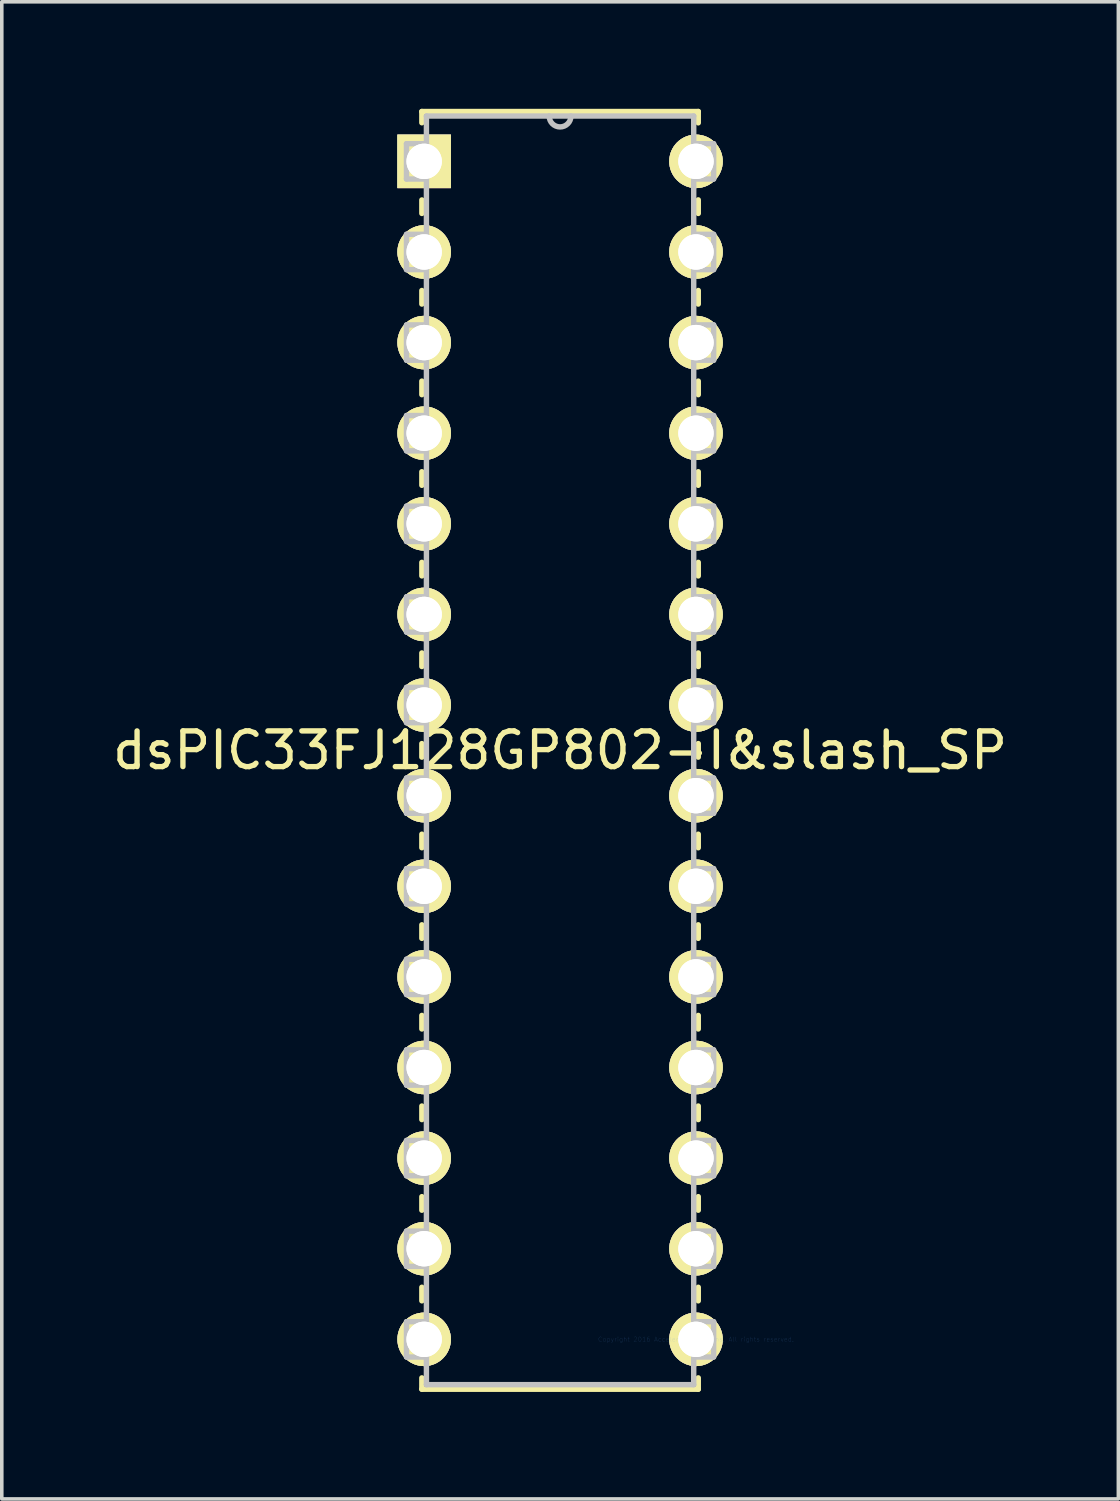
<source format=kicad_pcb>
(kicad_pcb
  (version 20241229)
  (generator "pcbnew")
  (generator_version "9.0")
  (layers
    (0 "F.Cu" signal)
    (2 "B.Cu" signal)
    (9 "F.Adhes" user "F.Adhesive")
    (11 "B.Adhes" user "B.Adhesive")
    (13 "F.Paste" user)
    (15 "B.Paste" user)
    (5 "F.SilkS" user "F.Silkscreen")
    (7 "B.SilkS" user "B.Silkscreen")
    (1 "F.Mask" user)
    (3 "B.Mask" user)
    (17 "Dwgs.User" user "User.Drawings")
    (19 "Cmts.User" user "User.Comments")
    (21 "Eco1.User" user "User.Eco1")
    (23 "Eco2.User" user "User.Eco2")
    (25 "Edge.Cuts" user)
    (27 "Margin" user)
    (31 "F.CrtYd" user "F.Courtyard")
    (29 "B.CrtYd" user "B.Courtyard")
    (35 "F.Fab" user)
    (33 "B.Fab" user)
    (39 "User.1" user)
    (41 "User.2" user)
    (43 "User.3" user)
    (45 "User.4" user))
  (footprint "dsPIC33FJ128GP802-I&slash_SP"
    (layer "F.Cu")
    (at 16.459 34.493)
    (property "Reference" "dsPIC33FJ128GP802-I&slash_SP" (at -3.81 -16.51 0) (layer "F.SilkS") (effects (font (size 1 1) (thickness 0.15))))
    (attr through_hole)
    (fp_line (start -7.684 -34.417) (end -7.684 -34.102) (stroke (width 0.152) (type solid)) (layer "F.SilkS"))
    (fp_line (start -7.684 -31.938) (end -7.684 -31.56) (stroke (width 0.152) (type solid)) (layer "F.SilkS"))
    (fp_line (start -7.684 -29.4) (end -7.684 -29.02) (stroke (width 0.152) (type solid)) (layer "F.SilkS"))
    (fp_line (start -7.684 -26.86) (end -7.684 -26.48) (stroke (width 0.152) (type solid)) (layer "F.SilkS"))
    (fp_line (start -7.684 -24.32) (end -7.684 -23.94) (stroke (width 0.152) (type solid)) (layer "F.SilkS"))
    (fp_line (start -7.684 -21.78) (end -7.684 -21.4) (stroke (width 0.152) (type solid)) (layer "F.SilkS"))
    (fp_line (start -7.684 -19.24) (end -7.684 -18.86) (stroke (width 0.152) (type solid)) (layer "F.SilkS"))
    (fp_line (start -7.684 -16.7) (end -7.684 -16.32) (stroke (width 0.152) (type solid)) (layer "F.SilkS"))
    (fp_line (start -7.684 -14.16) (end -7.684 -13.78) (stroke (width 0.152) (type solid)) (layer "F.SilkS"))
    (fp_line (start -7.684 -11.62) (end -7.684 -11.24) (stroke (width 0.152) (type solid)) (layer "F.SilkS"))
    (fp_line (start -7.684 -9.08) (end -7.684 -8.7) (stroke (width 0.152) (type solid)) (layer "F.SilkS"))
    (fp_line (start -7.684 -6.54) (end -7.684 -6.16) (stroke (width 0.152) (type solid)) (layer "F.SilkS"))
    (fp_line (start -7.684 -4) (end -7.684 -3.62) (stroke (width 0.152) (type solid)) (layer "F.SilkS"))
    (fp_line (start -7.684 -1.46) (end -7.684 -1.08) (stroke (width 0.152) (type solid)) (layer "F.SilkS"))
    (fp_line (start -7.684 1.08) (end -7.684 1.397) (stroke (width 0.152) (type solid)) (layer "F.SilkS"))
    (fp_line (start -7.684 1.397) (end 0.064 1.397) (stroke (width 0.152) (type solid)) (layer "F.SilkS"))
    (fp_line (start 0.064 -34.417) (end -7.684 -34.417) (stroke (width 0.152) (type solid)) (layer "F.SilkS"))
    (fp_line (start 0.064 -34.1) (end 0.064 -34.417) (stroke (width 0.152) (type solid)) (layer "F.SilkS"))
    (fp_line (start 0.064 -31.56) (end 0.064 -31.94) (stroke (width 0.152) (type solid)) (layer "F.SilkS"))
    (fp_line (start 0.064 -29.02) (end 0.064 -29.4) (stroke (width 0.152) (type solid)) (layer "F.SilkS"))
    (fp_line (start 0.064 -26.48) (end 0.064 -26.86) (stroke (width 0.152) (type solid)) (layer "F.SilkS"))
    (fp_line (start 0.064 -23.94) (end 0.064 -24.32) (stroke (width 0.152) (type solid)) (layer "F.SilkS"))
    (fp_line (start 0.064 -21.4) (end 0.064 -21.78) (stroke (width 0.152) (type solid)) (layer "F.SilkS"))
    (fp_line (start 0.064 -18.86) (end 0.064 -19.24) (stroke (width 0.152) (type solid)) (layer "F.SilkS"))
    (fp_line (start 0.064 -16.32) (end 0.064 -16.7) (stroke (width 0.152) (type solid)) (layer "F.SilkS"))
    (fp_line (start 0.064 -13.78) (end 0.064 -14.16) (stroke (width 0.152) (type solid)) (layer "F.SilkS"))
    (fp_line (start 0.064 -11.24) (end 0.064 -11.62) (stroke (width 0.152) (type solid)) (layer "F.SilkS"))
    (fp_line (start 0.064 -8.7) (end 0.064 -9.08) (stroke (width 0.152) (type solid)) (layer "F.SilkS"))
    (fp_line (start 0.064 -6.16) (end 0.064 -6.54) (stroke (width 0.152) (type solid)) (layer "F.SilkS"))
    (fp_line (start 0.064 -3.62) (end 0.064 -4) (stroke (width 0.152) (type solid)) (layer "F.SilkS"))
    (fp_line (start 0.064 -1.08) (end 0.064 -1.46) (stroke (width 0.152) (type solid)) (layer "F.SilkS"))
    (fp_line (start 0.064 1.397) (end 0.064 1.08) (stroke (width 0.152) (type solid)) (layer "F.SilkS"))
    (fp_line (start -8.115 -33.515) (end -8.115 -32.525) (stroke (width 0.152) (type solid)) (layer "Dwgs.User"))
    (fp_line (start -8.115 -32.525) (end -7.556 -32.525) (stroke (width 0.152) (type solid)) (layer "Dwgs.User"))
    (fp_line (start -8.115 -30.975) (end -8.115 -29.985) (stroke (width 0.152) (type solid)) (layer "Dwgs.User"))
    (fp_line (start -8.115 -29.985) (end -7.556 -29.985) (stroke (width 0.152) (type solid)) (layer "Dwgs.User"))
    (fp_line (start -8.115 -28.435) (end -8.115 -27.445) (stroke (width 0.152) (type solid)) (layer "Dwgs.User"))
    (fp_line (start -8.115 -27.445) (end -7.556 -27.445) (stroke (width 0.152) (type solid)) (layer "Dwgs.User"))
    (fp_line (start -8.115 -25.895) (end -8.115 -24.905) (stroke (width 0.152) (type solid)) (layer "Dwgs.User"))
    (fp_line (start -8.115 -24.905) (end -7.556 -24.905) (stroke (width 0.152) (type solid)) (layer "Dwgs.User"))
    (fp_line (start -8.115 -23.355) (end -8.115 -22.365) (stroke (width 0.152) (type solid)) (layer "Dwgs.User"))
    (fp_line (start -8.115 -22.365) (end -7.556 -22.365) (stroke (width 0.152) (type solid)) (layer "Dwgs.User"))
    (fp_line (start -8.115 -20.815) (end -8.115 -19.825) (stroke (width 0.152) (type solid)) (layer "Dwgs.User"))
    (fp_line (start -8.115 -19.825) (end -7.556 -19.825) (stroke (width 0.152) (type solid)) (layer "Dwgs.User"))
    (fp_line (start -8.115 -18.275) (end -8.115 -17.285) (stroke (width 0.152) (type solid)) (layer "Dwgs.User"))
    (fp_line (start -8.115 -17.285) (end -7.556 -17.285) (stroke (width 0.152) (type solid)) (layer "Dwgs.User"))
    (fp_line (start -8.115 -15.735) (end -8.115 -14.745) (stroke (width 0.152) (type solid)) (layer "Dwgs.User"))
    (fp_line (start -8.115 -14.745) (end -7.556 -14.745) (stroke (width 0.152) (type solid)) (layer "Dwgs.User"))
    (fp_line (start -8.115 -13.195) (end -8.115 -12.205) (stroke (width 0.152) (type solid)) (layer "Dwgs.User"))
    (fp_line (start -8.115 -12.205) (end -7.556 -12.205) (stroke (width 0.152) (type solid)) (layer "Dwgs.User"))
    (fp_line (start -8.115 -10.655) (end -8.115 -9.665) (stroke (width 0.152) (type solid)) (layer "Dwgs.User"))
    (fp_line (start -8.115 -9.665) (end -7.556 -9.665) (stroke (width 0.152) (type solid)) (layer "Dwgs.User"))
    (fp_line (start -8.115 -8.115) (end -8.115 -7.125) (stroke (width 0.152) (type solid)) (layer "Dwgs.User"))
    (fp_line (start -8.115 -7.125) (end -7.556 -7.125) (stroke (width 0.152) (type solid)) (layer "Dwgs.User"))
    (fp_line (start -8.115 -5.575) (end -8.115 -4.585) (stroke (width 0.152) (type solid)) (layer "Dwgs.User"))
    (fp_line (start -8.115 -4.585) (end -7.556 -4.585) (stroke (width 0.152) (type solid)) (layer "Dwgs.User"))
    (fp_line (start -8.115 -3.035) (end -8.115 -2.045) (stroke (width 0.152) (type solid)) (layer "Dwgs.User"))
    (fp_line (start -8.115 -2.045) (end -7.556 -2.045) (stroke (width 0.152) (type solid)) (layer "Dwgs.User"))
    (fp_line (start -8.115 -0.495) (end -8.115 0.495) (stroke (width 0.152) (type solid)) (layer "Dwgs.User"))
    (fp_line (start -8.115 0.495) (end -7.556 0.495) (stroke (width 0.152) (type solid)) (layer "Dwgs.User"))
    (fp_line (start -7.556 -34.29) (end -7.556 1.27) (stroke (width 0.152) (type solid)) (layer "Dwgs.User"))
    (fp_line (start -7.556 -33.515) (end -8.115 -33.515) (stroke (width 0.152) (type solid)) (layer "Dwgs.User"))
    (fp_line (start -7.556 -32.525) (end -7.556 -33.515) (stroke (width 0.152) (type solid)) (layer "Dwgs.User"))
    (fp_line (start -7.556 -30.975) (end -8.115 -30.975) (stroke (width 0.152) (type solid)) (layer "Dwgs.User"))
    (fp_line (start -7.556 -29.985) (end -7.556 -30.975) (stroke (width 0.152) (type solid)) (layer "Dwgs.User"))
    (fp_line (start -7.556 -28.435) (end -8.115 -28.435) (stroke (width 0.152) (type solid)) (layer "Dwgs.User"))
    (fp_line (start -7.556 -27.445) (end -7.556 -28.435) (stroke (width 0.152) (type solid)) (layer "Dwgs.User"))
    (fp_line (start -7.556 -25.895) (end -8.115 -25.895) (stroke (width 0.152) (type solid)) (layer "Dwgs.User"))
    (fp_line (start -7.556 -24.905) (end -7.556 -25.895) (stroke (width 0.152) (type solid)) (layer "Dwgs.User"))
    (fp_line (start -7.556 -23.355) (end -8.115 -23.355) (stroke (width 0.152) (type solid)) (layer "Dwgs.User"))
    (fp_line (start -7.556 -22.365) (end -7.556 -23.355) (stroke (width 0.152) (type solid)) (layer "Dwgs.User"))
    (fp_line (start -7.556 -20.815) (end -8.115 -20.815) (stroke (width 0.152) (type solid)) (layer "Dwgs.User"))
    (fp_line (start -7.556 -19.825) (end -7.556 -20.815) (stroke (width 0.152) (type solid)) (layer "Dwgs.User"))
    (fp_line (start -7.556 -18.275) (end -8.115 -18.275) (stroke (width 0.152) (type solid)) (layer "Dwgs.User"))
    (fp_line (start -7.556 -17.285) (end -7.556 -18.275) (stroke (width 0.152) (type solid)) (layer "Dwgs.User"))
    (fp_line (start -7.556 -15.735) (end -8.115 -15.735) (stroke (width 0.152) (type solid)) (layer "Dwgs.User"))
    (fp_line (start -7.556 -14.745) (end -7.556 -15.735) (stroke (width 0.152) (type solid)) (layer "Dwgs.User"))
    (fp_line (start -7.556 -13.195) (end -8.115 -13.195) (stroke (width 0.152) (type solid)) (layer "Dwgs.User"))
    (fp_line (start -7.556 -12.205) (end -7.556 -13.195) (stroke (width 0.152) (type solid)) (layer "Dwgs.User"))
    (fp_line (start -7.556 -10.655) (end -8.115 -10.655) (stroke (width 0.152) (type solid)) (layer "Dwgs.User"))
    (fp_line (start -7.556 -9.665) (end -7.556 -10.655) (stroke (width 0.152) (type solid)) (layer "Dwgs.User"))
    (fp_line (start -7.556 -8.115) (end -8.115 -8.115) (stroke (width 0.152) (type solid)) (layer "Dwgs.User"))
    (fp_line (start -7.556 -7.125) (end -7.556 -8.115) (stroke (width 0.152) (type solid)) (layer "Dwgs.User"))
    (fp_line (start -7.556 -5.575) (end -8.115 -5.575) (stroke (width 0.152) (type solid)) (layer "Dwgs.User"))
    (fp_line (start -7.556 -4.585) (end -7.556 -5.575) (stroke (width 0.152) (type solid)) (layer "Dwgs.User"))
    (fp_line (start -7.556 -3.035) (end -8.115 -3.035) (stroke (width 0.152) (type solid)) (layer "Dwgs.User"))
    (fp_line (start -7.556 -2.045) (end -7.556 -3.035) (stroke (width 0.152) (type solid)) (layer "Dwgs.User"))
    (fp_line (start -7.556 -0.495) (end -8.115 -0.495) (stroke (width 0.152) (type solid)) (layer "Dwgs.User"))
    (fp_line (start -7.556 0.495) (end -7.556 -0.495) (stroke (width 0.152) (type solid)) (layer "Dwgs.User"))
    (fp_line (start -7.556 1.27) (end -0.064 1.27) (stroke (width 0.152) (type solid)) (layer "Dwgs.User"))
    (fp_line (start -0.064 -34.29) (end -7.556 -34.29) (stroke (width 0.152) (type solid)) (layer "Dwgs.User"))
    (fp_line (start -0.064 -33.515) (end -0.064 -32.525) (stroke (width 0.152) (type solid)) (layer "Dwgs.User"))
    (fp_line (start -0.064 -32.525) (end 0.495 -32.525) (stroke (width 0.152) (type solid)) (layer "Dwgs.User"))
    (fp_line (start -0.064 -30.975) (end -0.064 -29.985) (stroke (width 0.152) (type solid)) (layer "Dwgs.User"))
    (fp_line (start -0.064 -29.985) (end 0.495 -29.985) (stroke (width 0.152) (type solid)) (layer "Dwgs.User"))
    (fp_line (start -0.064 -28.435) (end -0.064 -27.445) (stroke (width 0.152) (type solid)) (layer "Dwgs.User"))
    (fp_line (start -0.064 -27.445) (end 0.495 -27.445) (stroke (width 0.152) (type solid)) (layer "Dwgs.User"))
    (fp_line (start -0.064 -25.895) (end -0.064 -24.905) (stroke (width 0.152) (type solid)) (layer "Dwgs.User"))
    (fp_line (start -0.064 -24.905) (end 0.495 -24.905) (stroke (width 0.152) (type solid)) (layer "Dwgs.User"))
    (fp_line (start -0.064 -23.355) (end -0.064 -22.365) (stroke (width 0.152) (type solid)) (layer "Dwgs.User"))
    (fp_line (start -0.064 -22.365) (end 0.495 -22.365) (stroke (width 0.152) (type solid)) (layer "Dwgs.User"))
    (fp_line (start -0.064 -20.815) (end -0.064 -19.825) (stroke (width 0.152) (type solid)) (layer "Dwgs.User"))
    (fp_line (start -0.064 -19.825) (end 0.495 -19.825) (stroke (width 0.152) (type solid)) (layer "Dwgs.User"))
    (fp_line (start -0.064 -18.275) (end -0.064 -17.285) (stroke (width 0.152) (type solid)) (layer "Dwgs.User"))
    (fp_line (start -0.064 -17.285) (end 0.495 -17.285) (stroke (width 0.152) (type solid)) (layer "Dwgs.User"))
    (fp_line (start -0.064 -15.735) (end -0.064 -14.745) (stroke (width 0.152) (type solid)) (layer "Dwgs.User"))
    (fp_line (start -0.064 -14.745) (end 0.495 -14.745) (stroke (width 0.152) (type solid)) (layer "Dwgs.User"))
    (fp_line (start -0.064 -13.195) (end -0.064 -12.205) (stroke (width 0.152) (type solid)) (layer "Dwgs.User"))
    (fp_line (start -0.064 -12.205) (end 0.495 -12.205) (stroke (width 0.152) (type solid)) (layer "Dwgs.User"))
    (fp_line (start -0.064 -10.655) (end -0.064 -9.665) (stroke (width 0.152) (type solid)) (layer "Dwgs.User"))
    (fp_line (start -0.064 -9.665) (end 0.495 -9.665) (stroke (width 0.152) (type solid)) (layer "Dwgs.User"))
    (fp_line (start -0.064 -8.115) (end -0.064 -7.125) (stroke (width 0.152) (type solid)) (layer "Dwgs.User"))
    (fp_line (start -0.064 -7.125) (end 0.495 -7.125) (stroke (width 0.152) (type solid)) (layer "Dwgs.User"))
    (fp_line (start -0.064 -5.575) (end -0.064 -4.585) (stroke (width 0.152) (type solid)) (layer "Dwgs.User"))
    (fp_line (start -0.064 -4.585) (end 0.495 -4.585) (stroke (width 0.152) (type solid)) (layer "Dwgs.User"))
    (fp_line (start -0.064 -3.035) (end -0.064 -2.045) (stroke (width 0.152) (type solid)) (layer "Dwgs.User"))
    (fp_line (start -0.064 -2.045) (end 0.495 -2.045) (stroke (width 0.152) (type solid)) (layer "Dwgs.User"))
    (fp_line (start -0.064 -0.495) (end -0.064 0.495) (stroke (width 0.152) (type solid)) (layer "Dwgs.User"))
    (fp_line (start -0.064 0.495) (end 0.495 0.495) (stroke (width 0.152) (type solid)) (layer "Dwgs.User"))
    (fp_line (start -0.064 1.27) (end -0.064 -34.29) (stroke (width 0.152) (type solid)) (layer "Dwgs.User"))
    (fp_line (start 0.495 -33.515) (end -0.064 -33.515) (stroke (width 0.152) (type solid)) (layer "Dwgs.User"))
    (fp_line (start 0.495 -32.525) (end 0.495 -33.515) (stroke (width 0.152) (type solid)) (layer "Dwgs.User"))
    (fp_line (start 0.495 -30.975) (end -0.064 -30.975) (stroke (width 0.152) (type solid)) (layer "Dwgs.User"))
    (fp_line (start 0.495 -29.985) (end 0.495 -30.975) (stroke (width 0.152) (type solid)) (layer "Dwgs.User"))
    (fp_line (start 0.495 -28.435) (end -0.064 -28.435) (stroke (width 0.152) (type solid)) (layer "Dwgs.User"))
    (fp_line (start 0.495 -27.445) (end 0.495 -28.435) (stroke (width 0.152) (type solid)) (layer "Dwgs.User"))
    (fp_line (start 0.495 -25.895) (end -0.064 -25.895) (stroke (width 0.152) (type solid)) (layer "Dwgs.User"))
    (fp_line (start 0.495 -24.905) (end 0.495 -25.895) (stroke (width 0.152) (type solid)) (layer "Dwgs.User"))
    (fp_line (start 0.495 -23.355) (end -0.064 -23.355) (stroke (width 0.152) (type solid)) (layer "Dwgs.User"))
    (fp_line (start 0.495 -22.365) (end 0.495 -23.355) (stroke (width 0.152) (type solid)) (layer "Dwgs.User"))
    (fp_line (start 0.495 -20.815) (end -0.064 -20.815) (stroke (width 0.152) (type solid)) (layer "Dwgs.User"))
    (fp_line (start 0.495 -19.825) (end 0.495 -20.815) (stroke (width 0.152) (type solid)) (layer "Dwgs.User"))
    (fp_line (start 0.495 -18.275) (end -0.064 -18.275) (stroke (width 0.152) (type solid)) (layer "Dwgs.User"))
    (fp_line (start 0.495 -17.285) (end 0.495 -18.275) (stroke (width 0.152) (type solid)) (layer "Dwgs.User"))
    (fp_line (start 0.495 -15.735) (end -0.064 -15.735) (stroke (width 0.152) (type solid)) (layer "Dwgs.User"))
    (fp_line (start 0.495 -14.745) (end 0.495 -15.735) (stroke (width 0.152) (type solid)) (layer "Dwgs.User"))
    (fp_line (start 0.495 -13.195) (end -0.064 -13.195) (stroke (width 0.152) (type solid)) (layer "Dwgs.User"))
    (fp_line (start 0.495 -12.205) (end 0.495 -13.195) (stroke (width 0.152) (type solid)) (layer "Dwgs.User"))
    (fp_line (start 0.495 -10.655) (end -0.064 -10.655) (stroke (width 0.152) (type solid)) (layer "Dwgs.User"))
    (fp_line (start 0.495 -9.665) (end 0.495 -10.655) (stroke (width 0.152) (type solid)) (layer "Dwgs.User"))
    (fp_line (start 0.495 -8.115) (end -0.064 -8.115) (stroke (width 0.152) (type solid)) (layer "Dwgs.User"))
    (fp_line (start 0.495 -7.125) (end 0.495 -8.115) (stroke (width 0.152) (type solid)) (layer "Dwgs.User"))
    (fp_line (start 0.495 -5.575) (end -0.064 -5.575) (stroke (width 0.152) (type solid)) (layer "Dwgs.User"))
    (fp_line (start 0.495 -4.585) (end 0.495 -5.575) (stroke (width 0.152) (type solid)) (layer "Dwgs.User"))
    (fp_line (start 0.495 -3.035) (end -0.064 -3.035) (stroke (width 0.152) (type solid)) (layer "Dwgs.User"))
    (fp_line (start 0.495 -2.045) (end 0.495 -3.035) (stroke (width 0.152) (type solid)) (layer "Dwgs.User"))
    (fp_line (start 0.495 -0.495) (end -0.064 -0.495) (stroke (width 0.152) (type solid)) (layer "Dwgs.User"))
    (fp_line (start 0.495 0.495) (end 0.495 -0.495) (stroke (width 0.152) (type solid)) (layer "Dwgs.User"))
    (fp_arc (start -3.5052 -34.29) (mid -3.81 -33.9852) (end -4.1148 -34.29) (stroke (width 0.1524) (type solid)) (layer "Dwgs.User"))
    (fp_text user "Copyright 2016 Accelerated Designs. All rights reserved." (at 0 0 0) (layer "Cmts.User") (effects (font (size 0.127 0.127) (thickness 0.002))))
    (pad "1" thru_hole rect (at -7.62 -33.02) (size 1.499 1.499) (drill 0.991) (layers "*.Cu" "F.SilkS"))
    (pad "1" thru_hole rect (at -7.62 -33.02) (size 1.499 1.499) (drill 0.991) (layers "*.Cu" "F.SilkS"))
    (pad "2" thru_hole circle (at -7.62 -30.48) (size 1.499 1.499) (drill 0.991) (layers "*.Cu" "F.SilkS"))
    (pad "2" thru_hole circle (at -7.62 -30.48) (size 1.499 1.499) (drill 0.991) (layers "*.Cu" "F.SilkS"))
    (pad "3" thru_hole circle (at -7.62 -27.94) (size 1.499 1.499) (drill 0.991) (layers "*.Cu" "F.SilkS"))
    (pad "3" thru_hole circle (at -7.62 -27.94) (size 1.499 1.499) (drill 0.991) (layers "*.Cu" "F.SilkS"))
    (pad "4" thru_hole circle (at -7.62 -25.4) (size 1.499 1.499) (drill 0.991) (layers "*.Cu" "F.SilkS"))
    (pad "4" thru_hole circle (at -7.62 -25.4) (size 1.499 1.499) (drill 0.991) (layers "*.Cu" "F.SilkS"))
    (pad "5" thru_hole circle (at -7.62 -22.86) (size 1.499 1.499) (drill 0.991) (layers "*.Cu" "F.SilkS"))
    (pad "5" thru_hole circle (at -7.62 -22.86) (size 1.499 1.499) (drill 0.991) (layers "*.Cu" "F.SilkS"))
    (pad "6" thru_hole circle (at -7.62 -20.32) (size 1.499 1.499) (drill 0.991) (layers "*.Cu" "F.SilkS"))
    (pad "6" thru_hole circle (at -7.62 -20.32) (size 1.499 1.499) (drill 0.991) (layers "*.Cu" "F.SilkS"))
    (pad "7" thru_hole circle (at -7.62 -17.78) (size 1.499 1.499) (drill 0.991) (layers "*.Cu" "F.SilkS"))
    (pad "7" thru_hole circle (at -7.62 -17.78) (size 1.499 1.499) (drill 0.991) (layers "*.Cu" "F.SilkS"))
    (pad "8" thru_hole circle (at -7.62 -15.24) (size 1.499 1.499) (drill 0.991) (layers "*.Cu" "F.SilkS"))
    (pad "8" thru_hole circle (at -7.62 -15.24) (size 1.499 1.499) (drill 0.991) (layers "*.Cu" "F.SilkS"))
    (pad "9" thru_hole circle (at -7.62 -12.7) (size 1.499 1.499) (drill 0.991) (layers "*.Cu" "F.SilkS"))
    (pad "9" thru_hole circle (at -7.62 -12.7) (size 1.499 1.499) (drill 0.991) (layers "*.Cu" "F.SilkS"))
    (pad "10" thru_hole circle (at -7.62 -10.16) (size 1.499 1.499) (drill 0.991) (layers "*.Cu" "F.SilkS"))
    (pad "10" thru_hole circle (at -7.62 -10.16) (size 1.499 1.499) (drill 0.991) (layers "*.Cu" "F.SilkS"))
    (pad "11" thru_hole circle (at -7.62 -7.62) (size 1.499 1.499) (drill 0.991) (layers "*.Cu" "F.SilkS"))
    (pad "11" thru_hole circle (at -7.62 -7.62) (size 1.499 1.499) (drill 0.991) (layers "*.Cu" "F.SilkS"))
    (pad "12" thru_hole circle (at -7.62 -5.08) (size 1.499 1.499) (drill 0.991) (layers "*.Cu" "F.SilkS"))
    (pad "12" thru_hole circle (at -7.62 -5.08) (size 1.499 1.499) (drill 0.991) (layers "*.Cu" "F.SilkS"))
    (pad "13" thru_hole circle (at -7.62 -2.54) (size 1.499 1.499) (drill 0.991) (layers "*.Cu" "F.SilkS"))
    (pad "13" thru_hole circle (at -7.62 -2.54) (size 1.499 1.499) (drill 0.991) (layers "*.Cu" "F.SilkS"))
    (pad "14" thru_hole circle (at -7.62 0) (size 1.499 1.499) (drill 0.991) (layers "*.Cu" "F.SilkS"))
    (pad "14" thru_hole circle (at -7.62 0) (size 1.499 1.499) (drill 0.991) (layers "*.Cu" "F.SilkS"))
    (pad "15" thru_hole circle (at 0 0) (size 1.499 1.499) (drill 0.991) (layers "*.Cu" "F.SilkS"))
    (pad "15" thru_hole circle (at 0 0) (size 1.499 1.499) (drill 0.991) (layers "*.Cu" "F.SilkS"))
    (pad "16" thru_hole circle (at 0 -2.54) (size 1.499 1.499) (drill 0.991) (layers "*.Cu" "F.SilkS"))
    (pad "16" thru_hole circle (at 0 -2.54) (size 1.499 1.499) (drill 0.991) (layers "*.Cu" "F.SilkS"))
    (pad "17" thru_hole circle (at 0 -5.08) (size 1.499 1.499) (drill 0.991) (layers "*.Cu" "F.SilkS"))
    (pad "17" thru_hole circle (at 0 -5.08) (size 1.499 1.499) (drill 0.991) (layers "*.Cu" "F.SilkS"))
    (pad "18" thru_hole circle (at 0 -7.62) (size 1.499 1.499) (drill 0.991) (layers "*.Cu" "F.SilkS"))
    (pad "18" thru_hole circle (at 0 -7.62) (size 1.499 1.499) (drill 0.991) (layers "*.Cu" "F.SilkS"))
    (pad "19" thru_hole circle (at 0 -10.16) (size 1.499 1.499) (drill 0.991) (layers "*.Cu" "F.SilkS"))
    (pad "19" thru_hole circle (at 0 -10.16) (size 1.499 1.499) (drill 0.991) (layers "*.Cu" "F.SilkS"))
    (pad "20" thru_hole circle (at 0 -12.7) (size 1.499 1.499) (drill 0.991) (layers "*.Cu" "F.SilkS"))
    (pad "20" thru_hole circle (at 0 -12.7) (size 1.499 1.499) (drill 0.991) (layers "*.Cu" "F.SilkS"))
    (pad "21" thru_hole circle (at 0 -15.24) (size 1.499 1.499) (drill 0.991) (layers "*.Cu" "F.SilkS"))
    (pad "21" thru_hole circle (at 0 -15.24) (size 1.499 1.499) (drill 0.991) (layers "*.Cu" "F.SilkS"))
    (pad "22" thru_hole circle (at 0 -17.78) (size 1.499 1.499) (drill 0.991) (layers "*.Cu" "F.SilkS"))
    (pad "22" thru_hole circle (at 0 -17.78) (size 1.499 1.499) (drill 0.991) (layers "*.Cu" "F.SilkS"))
    (pad "23" thru_hole circle (at 0 -20.32) (size 1.499 1.499) (drill 0.991) (layers "*.Cu" "F.SilkS"))
    (pad "23" thru_hole circle (at 0 -20.32) (size 1.499 1.499) (drill 0.991) (layers "*.Cu" "F.SilkS"))
    (pad "24" thru_hole circle (at 0 -22.86) (size 1.499 1.499) (drill 0.991) (layers "*.Cu" "F.SilkS"))
    (pad "24" thru_hole circle (at 0 -22.86) (size 1.499 1.499) (drill 0.991) (layers "*.Cu" "F.SilkS"))
    (pad "25" thru_hole circle (at 0 -25.4) (size 1.499 1.499) (drill 0.991) (layers "*.Cu" "F.SilkS"))
    (pad "25" thru_hole circle (at 0 -25.4) (size 1.499 1.499) (drill 0.991) (layers "*.Cu" "F.SilkS"))
    (pad "26" thru_hole circle (at 0 -27.94) (size 1.499 1.499) (drill 0.991) (layers "*.Cu" "F.SilkS"))
    (pad "26" thru_hole circle (at 0 -27.94) (size 1.499 1.499) (drill 0.991) (layers "*.Cu" "F.SilkS"))
    (pad "27" thru_hole circle (at 0 -30.48) (size 1.499 1.499) (drill 0.991) (layers "*.Cu" "F.SilkS"))
    (pad "27" thru_hole circle (at 0 -30.48) (size 1.499 1.499) (drill 0.991) (layers "*.Cu" "F.SilkS"))
    (pad "28" thru_hole circle (at 0 -33.02) (size 1.499 1.499) (drill 0.991) (layers "*.Cu" "F.SilkS"))
    (pad "28" thru_hole circle (at 0 -33.02) (size 1.499 1.499) (drill 0.991) (layers "*.Cu" "F.SilkS")))
  (gr_rect
    (start -3 -3)
    (end 28.298 38.966)
    (stroke (width 0.1) (type default))
    (fill no)
    (layer "Edge.Cuts")))
</source>
